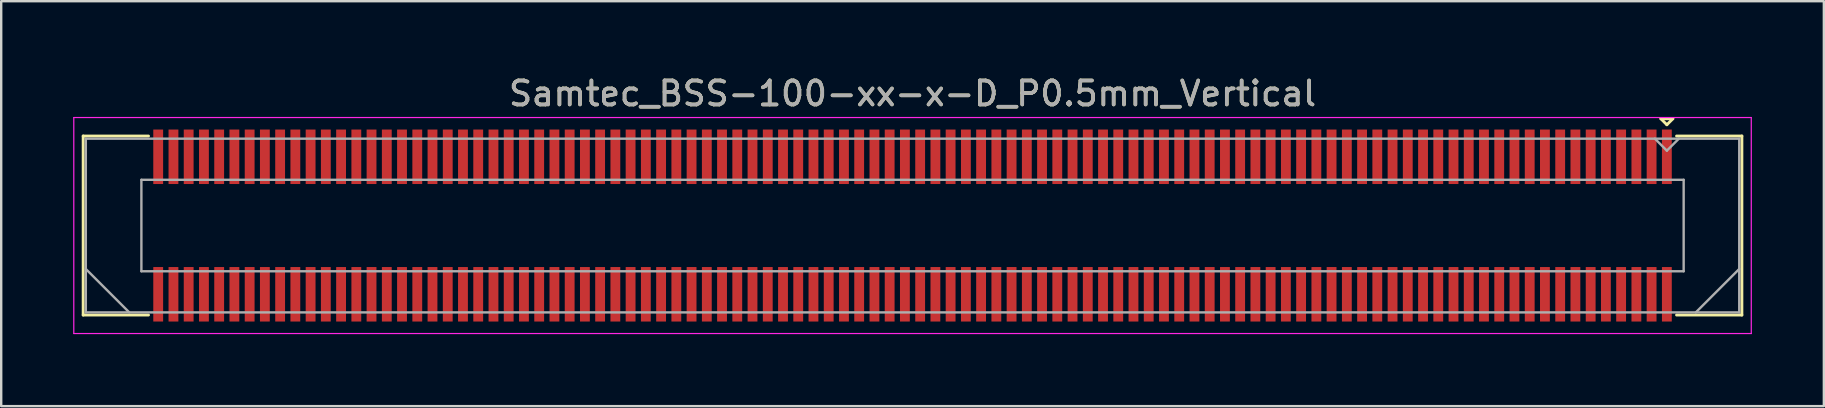
<source format=kicad_pcb>
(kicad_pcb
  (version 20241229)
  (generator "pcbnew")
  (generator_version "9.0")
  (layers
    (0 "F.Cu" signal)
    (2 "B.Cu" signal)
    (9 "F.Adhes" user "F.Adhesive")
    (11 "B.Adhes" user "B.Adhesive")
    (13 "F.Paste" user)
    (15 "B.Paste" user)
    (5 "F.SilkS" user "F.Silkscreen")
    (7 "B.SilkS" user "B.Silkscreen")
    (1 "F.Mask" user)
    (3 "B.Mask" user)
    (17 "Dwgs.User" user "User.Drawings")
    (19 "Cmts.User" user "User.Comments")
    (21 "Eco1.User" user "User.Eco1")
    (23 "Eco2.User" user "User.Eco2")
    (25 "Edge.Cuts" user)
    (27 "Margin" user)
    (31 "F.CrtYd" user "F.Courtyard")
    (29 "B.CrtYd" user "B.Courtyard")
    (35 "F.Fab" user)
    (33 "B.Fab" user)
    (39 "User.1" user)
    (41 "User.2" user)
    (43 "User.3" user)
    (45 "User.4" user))
  (footprint "Samtec_BSS-100-xx-x-D_P0.5mm_Vertical"
    (layer "F.Cu")
    (at 34.975 6.348)
    (property "Reference" "Samtec_BSS-100-xx-x-D_P0.5mm_Vertical" (at 0 -5.5 0) (layer "F.SilkS") (effects (font (size 1 1) (thickness 0.15))))
    (attr smd)
    (fp_line (start -34.559 -3.73) (end -31.837 -3.73) (stroke (width 0.12) (type solid)) (layer "F.SilkS"))
    (fp_line (start -34.559 3.73) (end -34.559 -3.73) (stroke (width 0.12) (type solid)) (layer "F.SilkS"))
    (fp_line (start -31.837 3.73) (end -34.559 3.73) (stroke (width 0.12) (type solid)) (layer "F.SilkS"))
    (fp_line (start 31.183 -4.45) (end 31.683 -4.45) (stroke (width 0.12) (type solid)) (layer "F.SilkS"))
    (fp_line (start 31.433 -4.2) (end 31.183 -4.45) (stroke (width 0.12) (type solid)) (layer "F.SilkS"))
    (fp_line (start 31.683 -4.45) (end 31.433 -4.2) (stroke (width 0.12) (type solid)) (layer "F.SilkS"))
    (fp_line (start 31.837 3.73) (end 34.559 3.73) (stroke (width 0.12) (type solid)) (layer "F.SilkS"))
    (fp_line (start 34.559 -3.73) (end 31.837 -3.73) (stroke (width 0.12) (type solid)) (layer "F.SilkS"))
    (fp_line (start 34.559 3.73) (end 34.559 -3.73) (stroke (width 0.12) (type solid)) (layer "F.SilkS"))
    (fp_line (start -34.95 -4.5) (end -34.95 4.5) (stroke (width 0.05) (type solid)) (layer "F.CrtYd"))
    (fp_line (start -34.95 4.5) (end 34.95 4.5) (stroke (width 0.05) (type solid)) (layer "F.CrtYd"))
    (fp_line (start 34.95 -4.5) (end -34.95 -4.5) (stroke (width 0.05) (type solid)) (layer "F.CrtYd"))
    (fp_line (start 34.95 4.5) (end 34.95 -4.5) (stroke (width 0.05) (type solid)) (layer "F.CrtYd"))
    (fp_line (start -34.449 -3.62) (end -34.449 3.62) (stroke (width 0.1) (type solid)) (layer "F.Fab"))
    (fp_line (start -34.449 1.81) (end -32.639 3.62) (stroke (width 0.1) (type solid)) (layer "F.Fab"))
    (fp_line (start -34.449 3.62) (end 34.449 3.62) (stroke (width 0.1) (type solid)) (layer "F.Fab"))
    (fp_line (start -32.133 -1.905) (end -32.133 1.905) (stroke (width 0.1) (type solid)) (layer "F.Fab"))
    (fp_line (start -32.133 1.905) (end 32.133 1.905) (stroke (width 0.1) (type solid)) (layer "F.Fab"))
    (fp_line (start 31.433 -3.12) (end 30.933 -3.62) (stroke (width 0.1) (type solid)) (layer "F.Fab"))
    (fp_line (start 31.933 -3.62) (end 31.433 -3.12) (stroke (width 0.1) (type solid)) (layer "F.Fab"))
    (fp_line (start 32.133 -1.905) (end -32.133 -1.905) (stroke (width 0.1) (type solid)) (layer "F.Fab"))
    (fp_line (start 32.133 1.905) (end 32.133 -1.905) (stroke (width 0.1) (type solid)) (layer "F.Fab"))
    (fp_line (start 34.449 -3.62) (end -34.449 -3.62) (stroke (width 0.1) (type solid)) (layer "F.Fab"))
    (fp_line (start 34.449 1.81) (end 32.639 3.62) (stroke (width 0.1) (type solid)) (layer "F.Fab"))
    (fp_line (start 34.449 3.62) (end 34.449 -3.62) (stroke (width 0.1) (type solid)) (layer "F.Fab"))
    (fp_text user "${REFERENCE}" (at 0 -5.5 0) (layer "F.Fab") (effects (font (size 1 1) (thickness 0.15))))
    (pad "1" smd rect (at 31.433 -2.865) (size 0.41 2.27) (layers "F.Cu" "F.Mask" "F.Paste"))
    (pad "2" smd rect (at 31.433 2.865) (size 0.41 2.27) (layers "F.Cu" "F.Mask" "F.Paste"))
    (pad "3" smd rect (at 30.797 -2.865) (size 0.41 2.27) (layers "F.Cu" "F.Mask" "F.Paste"))
    (pad "4" smd rect (at 30.797 2.865) (size 0.41 2.27) (layers "F.Cu" "F.Mask" "F.Paste"))
    (pad "5" smd rect (at 30.163 -2.865) (size 0.41 2.27) (layers "F.Cu" "F.Mask" "F.Paste"))
    (pad "6" smd rect (at 30.163 2.865) (size 0.41 2.27) (layers "F.Cu" "F.Mask" "F.Paste"))
    (pad "7" smd rect (at 29.527 -2.865) (size 0.41 2.27) (layers "F.Cu" "F.Mask" "F.Paste"))
    (pad "8" smd rect (at 29.527 2.865) (size 0.41 2.27) (layers "F.Cu" "F.Mask" "F.Paste"))
    (pad "9" smd rect (at 28.892 -2.865) (size 0.41 2.27) (layers "F.Cu" "F.Mask" "F.Paste"))
    (pad "10" smd rect (at 28.892 2.865) (size 0.41 2.27) (layers "F.Cu" "F.Mask" "F.Paste"))
    (pad "11" smd rect (at 28.258 -2.865) (size 0.41 2.27) (layers "F.Cu" "F.Mask" "F.Paste"))
    (pad "12" smd rect (at 28.258 2.865) (size 0.41 2.27) (layers "F.Cu" "F.Mask" "F.Paste"))
    (pad "13" smd rect (at 27.622 -2.865) (size 0.41 2.27) (layers "F.Cu" "F.Mask" "F.Paste"))
    (pad "14" smd rect (at 27.622 2.865) (size 0.41 2.27) (layers "F.Cu" "F.Mask" "F.Paste"))
    (pad "15" smd rect (at 26.988 -2.865) (size 0.41 2.27) (layers "F.Cu" "F.Mask" "F.Paste"))
    (pad "16" smd rect (at 26.988 2.865) (size 0.41 2.27) (layers "F.Cu" "F.Mask" "F.Paste"))
    (pad "17" smd rect (at 26.352 -2.865) (size 0.41 2.27) (layers "F.Cu" "F.Mask" "F.Paste"))
    (pad "18" smd rect (at 26.352 2.865) (size 0.41 2.27) (layers "F.Cu" "F.Mask" "F.Paste"))
    (pad "19" smd rect (at 25.718 -2.865) (size 0.41 2.27) (layers "F.Cu" "F.Mask" "F.Paste"))
    (pad "20" smd rect (at 25.718 2.865) (size 0.41 2.27) (layers "F.Cu" "F.Mask" "F.Paste"))
    (pad "21" smd rect (at 25.082 -2.865) (size 0.41 2.27) (layers "F.Cu" "F.Mask" "F.Paste"))
    (pad "22" smd rect (at 25.082 2.865) (size 0.41 2.27) (layers "F.Cu" "F.Mask" "F.Paste"))
    (pad "23" smd rect (at 24.448 -2.865) (size 0.41 2.27) (layers "F.Cu" "F.Mask" "F.Paste"))
    (pad "24" smd rect (at 24.448 2.865) (size 0.41 2.27) (layers "F.Cu" "F.Mask" "F.Paste"))
    (pad "25" smd rect (at 23.812 -2.865) (size 0.41 2.27) (layers "F.Cu" "F.Mask" "F.Paste"))
    (pad "26" smd rect (at 23.812 2.865) (size 0.41 2.27) (layers "F.Cu" "F.Mask" "F.Paste"))
    (pad "27" smd rect (at 23.177 -2.865) (size 0.41 2.27) (layers "F.Cu" "F.Mask" "F.Paste"))
    (pad "28" smd rect (at 23.177 2.865) (size 0.41 2.27) (layers "F.Cu" "F.Mask" "F.Paste"))
    (pad "29" smd rect (at 22.543 -2.865) (size 0.41 2.27) (layers "F.Cu" "F.Mask" "F.Paste"))
    (pad "30" smd rect (at 22.543 2.865) (size 0.41 2.27) (layers "F.Cu" "F.Mask" "F.Paste"))
    (pad "31" smd rect (at 21.907 -2.865) (size 0.41 2.27) (layers "F.Cu" "F.Mask" "F.Paste"))
    (pad "32" smd rect (at 21.907 2.865) (size 0.41 2.27) (layers "F.Cu" "F.Mask" "F.Paste"))
    (pad "33" smd rect (at 21.273 -2.865) (size 0.41 2.27) (layers "F.Cu" "F.Mask" "F.Paste"))
    (pad "34" smd rect (at 21.273 2.865) (size 0.41 2.27) (layers "F.Cu" "F.Mask" "F.Paste"))
    (pad "35" smd rect (at 20.637 -2.865) (size 0.41 2.27) (layers "F.Cu" "F.Mask" "F.Paste"))
    (pad "36" smd rect (at 20.637 2.865) (size 0.41 2.27) (layers "F.Cu" "F.Mask" "F.Paste"))
    (pad "37" smd rect (at 20.003 -2.865) (size 0.41 2.27) (layers "F.Cu" "F.Mask" "F.Paste"))
    (pad "38" smd rect (at 20.003 2.865) (size 0.41 2.27) (layers "F.Cu" "F.Mask" "F.Paste"))
    (pad "39" smd rect (at 19.367 -2.865) (size 0.41 2.27) (layers "F.Cu" "F.Mask" "F.Paste"))
    (pad "40" smd rect (at 19.367 2.865) (size 0.41 2.27) (layers "F.Cu" "F.Mask" "F.Paste"))
    (pad "41" smd rect (at 18.733 -2.865) (size 0.41 2.27) (layers "F.Cu" "F.Mask" "F.Paste"))
    (pad "42" smd rect (at 18.733 2.865) (size 0.41 2.27) (layers "F.Cu" "F.Mask" "F.Paste"))
    (pad "43" smd rect (at 18.098 -2.865) (size 0.41 2.27) (layers "F.Cu" "F.Mask" "F.Paste"))
    (pad "44" smd rect (at 18.098 2.865) (size 0.41 2.27) (layers "F.Cu" "F.Mask" "F.Paste"))
    (pad "45" smd rect (at 17.462 -2.865) (size 0.41 2.27) (layers "F.Cu" "F.Mask" "F.Paste"))
    (pad "46" smd rect (at 17.462 2.865) (size 0.41 2.27) (layers "F.Cu" "F.Mask" "F.Paste"))
    (pad "47" smd rect (at 16.828 -2.865) (size 0.41 2.27) (layers "F.Cu" "F.Mask" "F.Paste"))
    (pad "48" smd rect (at 16.828 2.865) (size 0.41 2.27) (layers "F.Cu" "F.Mask" "F.Paste"))
    (pad "49" smd rect (at 16.192 -2.865) (size 0.41 2.27) (layers "F.Cu" "F.Mask" "F.Paste"))
    (pad "50" smd rect (at 16.192 2.865) (size 0.41 2.27) (layers "F.Cu" "F.Mask" "F.Paste"))
    (pad "51" smd rect (at 15.557 -2.865) (size 0.41 2.27) (layers "F.Cu" "F.Mask" "F.Paste"))
    (pad "52" smd rect (at 15.557 2.865) (size 0.41 2.27) (layers "F.Cu" "F.Mask" "F.Paste"))
    (pad "53" smd rect (at 14.922 -2.865) (size 0.41 2.27) (layers "F.Cu" "F.Mask" "F.Paste"))
    (pad "54" smd rect (at 14.922 2.865) (size 0.41 2.27) (layers "F.Cu" "F.Mask" "F.Paste"))
    (pad "55" smd rect (at 14.287 -2.865) (size 0.41 2.27) (layers "F.Cu" "F.Mask" "F.Paste"))
    (pad "56" smd rect (at 14.287 2.865) (size 0.41 2.27) (layers "F.Cu" "F.Mask" "F.Paste"))
    (pad "57" smd rect (at 13.652 -2.865) (size 0.41 2.27) (layers "F.Cu" "F.Mask" "F.Paste"))
    (pad "58" smd rect (at 13.652 2.865) (size 0.41 2.27) (layers "F.Cu" "F.Mask" "F.Paste"))
    (pad "59" smd rect (at 13.018 -2.865) (size 0.41 2.27) (layers "F.Cu" "F.Mask" "F.Paste"))
    (pad "60" smd rect (at 13.018 2.865) (size 0.41 2.27) (layers "F.Cu" "F.Mask" "F.Paste"))
    (pad "61" smd rect (at 12.383 -2.865) (size 0.41 2.27) (layers "F.Cu" "F.Mask" "F.Paste"))
    (pad "62" smd rect (at 12.383 2.865) (size 0.41 2.27) (layers "F.Cu" "F.Mask" "F.Paste"))
    (pad "63" smd rect (at 11.748 -2.865) (size 0.41 2.27) (layers "F.Cu" "F.Mask" "F.Paste"))
    (pad "64" smd rect (at 11.748 2.865) (size 0.41 2.27) (layers "F.Cu" "F.Mask" "F.Paste"))
    (pad "65" smd rect (at 11.113 -2.865) (size 0.41 2.27) (layers "F.Cu" "F.Mask" "F.Paste"))
    (pad "66" smd rect (at 11.113 2.865) (size 0.41 2.27) (layers "F.Cu" "F.Mask" "F.Paste"))
    (pad "67" smd rect (at 10.477 -2.865) (size 0.41 2.27) (layers "F.Cu" "F.Mask" "F.Paste"))
    (pad "68" smd rect (at 10.477 2.865) (size 0.41 2.27) (layers "F.Cu" "F.Mask" "F.Paste"))
    (pad "69" smd rect (at 9.842 -2.865) (size 0.41 2.27) (layers "F.Cu" "F.Mask" "F.Paste"))
    (pad "70" smd rect (at 9.842 2.865) (size 0.41 2.27) (layers "F.Cu" "F.Mask" "F.Paste"))
    (pad "71" smd rect (at 9.207 -2.865) (size 0.41 2.27) (layers "F.Cu" "F.Mask" "F.Paste"))
    (pad "72" smd rect (at 9.207 2.865) (size 0.41 2.27) (layers "F.Cu" "F.Mask" "F.Paste"))
    (pad "73" smd rect (at 8.572 -2.865) (size 0.41 2.27) (layers "F.Cu" "F.Mask" "F.Paste"))
    (pad "74" smd rect (at 8.572 2.865) (size 0.41 2.27) (layers "F.Cu" "F.Mask" "F.Paste"))
    (pad "75" smd rect (at 7.938 -2.865) (size 0.41 2.27) (layers "F.Cu" "F.Mask" "F.Paste"))
    (pad "76" smd rect (at 7.938 2.865) (size 0.41 2.27) (layers "F.Cu" "F.Mask" "F.Paste"))
    (pad "77" smd rect (at 7.303 -2.865) (size 0.41 2.27) (layers "F.Cu" "F.Mask" "F.Paste"))
    (pad "78" smd rect (at 7.303 2.865) (size 0.41 2.27) (layers "F.Cu" "F.Mask" "F.Paste"))
    (pad "79" smd rect (at 6.668 -2.865) (size 0.41 2.27) (layers "F.Cu" "F.Mask" "F.Paste"))
    (pad "80" smd rect (at 6.668 2.865) (size 0.41 2.27) (layers "F.Cu" "F.Mask" "F.Paste"))
    (pad "81" smd rect (at 6.032 -2.865) (size 0.41 2.27) (layers "F.Cu" "F.Mask" "F.Paste"))
    (pad "82" smd rect (at 6.032 2.865) (size 0.41 2.27) (layers "F.Cu" "F.Mask" "F.Paste"))
    (pad "83" smd rect (at 5.397 -2.865) (size 0.41 2.27) (layers "F.Cu" "F.Mask" "F.Paste"))
    (pad "84" smd rect (at 5.397 2.865) (size 0.41 2.27) (layers "F.Cu" "F.Mask" "F.Paste"))
    (pad "85" smd rect (at 4.763 -2.865) (size 0.41 2.27) (layers "F.Cu" "F.Mask" "F.Paste"))
    (pad "86" smd rect (at 4.763 2.865) (size 0.41 2.27) (layers "F.Cu" "F.Mask" "F.Paste"))
    (pad "87" smd rect (at 4.128 -2.865) (size 0.41 2.27) (layers "F.Cu" "F.Mask" "F.Paste"))
    (pad "88" smd rect (at 4.128 2.865) (size 0.41 2.27) (layers "F.Cu" "F.Mask" "F.Paste"))
    (pad "89" smd rect (at 3.493 -2.865) (size 0.41 2.27) (layers "F.Cu" "F.Mask" "F.Paste"))
    (pad "90" smd rect (at 3.493 2.865) (size 0.41 2.27) (layers "F.Cu" "F.Mask" "F.Paste"))
    (pad "91" smd rect (at 2.857 -2.865) (size 0.41 2.27) (layers "F.Cu" "F.Mask" "F.Paste"))
    (pad "92" smd rect (at 2.857 2.865) (size 0.41 2.27) (layers "F.Cu" "F.Mask" "F.Paste"))
    (pad "93" smd rect (at 2.223 -2.865) (size 0.41 2.27) (layers "F.Cu" "F.Mask" "F.Paste"))
    (pad "94" smd rect (at 2.223 2.865) (size 0.41 2.27) (layers "F.Cu" "F.Mask" "F.Paste"))
    (pad "95" smd rect (at 1.587 -2.865) (size 0.41 2.27) (layers "F.Cu" "F.Mask" "F.Paste"))
    (pad "96" smd rect (at 1.587 2.865) (size 0.41 2.27) (layers "F.Cu" "F.Mask" "F.Paste"))
    (pad "97" smd rect (at 0.953 -2.865) (size 0.41 2.27) (layers "F.Cu" "F.Mask" "F.Paste"))
    (pad "98" smd rect (at 0.953 2.865) (size 0.41 2.27) (layers "F.Cu" "F.Mask" "F.Paste"))
    (pad "99" smd rect (at 0.318 -2.865) (size 0.41 2.27) (layers "F.Cu" "F.Mask" "F.Paste"))
    (pad "100" smd rect (at 0.318 2.865) (size 0.41 2.27) (layers "F.Cu" "F.Mask" "F.Paste"))
    (pad "101" smd rect (at -0.318 -2.865) (size 0.41 2.27) (layers "F.Cu" "F.Mask" "F.Paste"))
    (pad "102" smd rect (at -0.318 2.865) (size 0.41 2.27) (layers "F.Cu" "F.Mask" "F.Paste"))
    (pad "103" smd rect (at -0.953 -2.865) (size 0.41 2.27) (layers "F.Cu" "F.Mask" "F.Paste"))
    (pad "104" smd rect (at -0.953 2.865) (size 0.41 2.27) (layers "F.Cu" "F.Mask" "F.Paste"))
    (pad "105" smd rect (at -1.587 -2.865) (size 0.41 2.27) (layers "F.Cu" "F.Mask" "F.Paste"))
    (pad "106" smd rect (at -1.587 2.865) (size 0.41 2.27) (layers "F.Cu" "F.Mask" "F.Paste"))
    (pad "107" smd rect (at -2.223 -2.865) (size 0.41 2.27) (layers "F.Cu" "F.Mask" "F.Paste"))
    (pad "108" smd rect (at -2.223 2.865) (size 0.41 2.27) (layers "F.Cu" "F.Mask" "F.Paste"))
    (pad "109" smd rect (at -2.857 -2.865) (size 0.41 2.27) (layers "F.Cu" "F.Mask" "F.Paste"))
    (pad "110" smd rect (at -2.857 2.865) (size 0.41 2.27) (layers "F.Cu" "F.Mask" "F.Paste"))
    (pad "111" smd rect (at -3.493 -2.865) (size 0.41 2.27) (layers "F.Cu" "F.Mask" "F.Paste"))
    (pad "112" smd rect (at -3.493 2.865) (size 0.41 2.27) (layers "F.Cu" "F.Mask" "F.Paste"))
    (pad "113" smd rect (at -4.128 -2.865) (size 0.41 2.27) (layers "F.Cu" "F.Mask" "F.Paste"))
    (pad "114" smd rect (at -4.128 2.865) (size 0.41 2.27) (layers "F.Cu" "F.Mask" "F.Paste"))
    (pad "115" smd rect (at -4.763 -2.865) (size 0.41 2.27) (layers "F.Cu" "F.Mask" "F.Paste"))
    (pad "116" smd rect (at -4.763 2.865) (size 0.41 2.27) (layers "F.Cu" "F.Mask" "F.Paste"))
    (pad "117" smd rect (at -5.397 -2.865) (size 0.41 2.27) (layers "F.Cu" "F.Mask" "F.Paste"))
    (pad "118" smd rect (at -5.397 2.865) (size 0.41 2.27) (layers "F.Cu" "F.Mask" "F.Paste"))
    (pad "119" smd rect (at -6.032 -2.865) (size 0.41 2.27) (layers "F.Cu" "F.Mask" "F.Paste"))
    (pad "120" smd rect (at -6.032 2.865) (size 0.41 2.27) (layers "F.Cu" "F.Mask" "F.Paste"))
    (pad "121" smd rect (at -6.668 -2.865) (size 0.41 2.27) (layers "F.Cu" "F.Mask" "F.Paste"))
    (pad "122" smd rect (at -6.668 2.865) (size 0.41 2.27) (layers "F.Cu" "F.Mask" "F.Paste"))
    (pad "123" smd rect (at -7.303 -2.865) (size 0.41 2.27) (layers "F.Cu" "F.Mask" "F.Paste"))
    (pad "124" smd rect (at -7.303 2.865) (size 0.41 2.27) (layers "F.Cu" "F.Mask" "F.Paste"))
    (pad "125" smd rect (at -7.938 -2.865) (size 0.41 2.27) (layers "F.Cu" "F.Mask" "F.Paste"))
    (pad "126" smd rect (at -7.938 2.865) (size 0.41 2.27) (layers "F.Cu" "F.Mask" "F.Paste"))
    (pad "127" smd rect (at -8.572 -2.865) (size 0.41 2.27) (layers "F.Cu" "F.Mask" "F.Paste"))
    (pad "128" smd rect (at -8.572 2.865) (size 0.41 2.27) (layers "F.Cu" "F.Mask" "F.Paste"))
    (pad "129" smd rect (at -9.207 -2.865) (size 0.41 2.27) (layers "F.Cu" "F.Mask" "F.Paste"))
    (pad "130" smd rect (at -9.207 2.865) (size 0.41 2.27) (layers "F.Cu" "F.Mask" "F.Paste"))
    (pad "131" smd rect (at -9.842 -2.865) (size 0.41 2.27) (layers "F.Cu" "F.Mask" "F.Paste"))
    (pad "132" smd rect (at -9.842 2.865) (size 0.41 2.27) (layers "F.Cu" "F.Mask" "F.Paste"))
    (pad "133" smd rect (at -10.477 -2.865) (size 0.41 2.27) (layers "F.Cu" "F.Mask" "F.Paste"))
    (pad "134" smd rect (at -10.477 2.865) (size 0.41 2.27) (layers "F.Cu" "F.Mask" "F.Paste"))
    (pad "135" smd rect (at -11.113 -2.865) (size 0.41 2.27) (layers "F.Cu" "F.Mask" "F.Paste"))
    (pad "136" smd rect (at -11.113 2.865) (size 0.41 2.27) (layers "F.Cu" "F.Mask" "F.Paste"))
    (pad "137" smd rect (at -11.748 -2.865) (size 0.41 2.27) (layers "F.Cu" "F.Mask" "F.Paste"))
    (pad "138" smd rect (at -11.748 2.865) (size 0.41 2.27) (layers "F.Cu" "F.Mask" "F.Paste"))
    (pad "139" smd rect (at -12.383 -2.865) (size 0.41 2.27) (layers "F.Cu" "F.Mask" "F.Paste"))
    (pad "140" smd rect (at -12.383 2.865) (size 0.41 2.27) (layers "F.Cu" "F.Mask" "F.Paste"))
    (pad "141" smd rect (at -13.018 -2.865) (size 0.41 2.27) (layers "F.Cu" "F.Mask" "F.Paste"))
    (pad "142" smd rect (at -13.018 2.865) (size 0.41 2.27) (layers "F.Cu" "F.Mask" "F.Paste"))
    (pad "143" smd rect (at -13.652 -2.865) (size 0.41 2.27) (layers "F.Cu" "F.Mask" "F.Paste"))
    (pad "144" smd rect (at -13.652 2.865) (size 0.41 2.27) (layers "F.Cu" "F.Mask" "F.Paste"))
    (pad "145" smd rect (at -14.287 -2.865) (size 0.41 2.27) (layers "F.Cu" "F.Mask" "F.Paste"))
    (pad "146" smd rect (at -14.287 2.865) (size 0.41 2.27) (layers "F.Cu" "F.Mask" "F.Paste"))
    (pad "147" smd rect (at -14.922 -2.865) (size 0.41 2.27) (layers "F.Cu" "F.Mask" "F.Paste"))
    (pad "148" smd rect (at -14.922 2.865) (size 0.41 2.27) (layers "F.Cu" "F.Mask" "F.Paste"))
    (pad "149" smd rect (at -15.557 -2.865) (size 0.41 2.27) (layers "F.Cu" "F.Mask" "F.Paste"))
    (pad "150" smd rect (at -15.557 2.865) (size 0.41 2.27) (layers "F.Cu" "F.Mask" "F.Paste"))
    (pad "151" smd rect (at -16.192 -2.865) (size 0.41 2.27) (layers "F.Cu" "F.Mask" "F.Paste"))
    (pad "152" smd rect (at -16.192 2.865) (size 0.41 2.27) (layers "F.Cu" "F.Mask" "F.Paste"))
    (pad "153" smd rect (at -16.828 -2.865) (size 0.41 2.27) (layers "F.Cu" "F.Mask" "F.Paste"))
    (pad "154" smd rect (at -16.828 2.865) (size 0.41 2.27) (layers "F.Cu" "F.Mask" "F.Paste"))
    (pad "155" smd rect (at -17.462 -2.865) (size 0.41 2.27) (layers "F.Cu" "F.Mask" "F.Paste"))
    (pad "156" smd rect (at -17.462 2.865) (size 0.41 2.27) (layers "F.Cu" "F.Mask" "F.Paste"))
    (pad "157" smd rect (at -18.098 -2.865) (size 0.41 2.27) (layers "F.Cu" "F.Mask" "F.Paste"))
    (pad "158" smd rect (at -18.098 2.865) (size 0.41 2.27) (layers "F.Cu" "F.Mask" "F.Paste"))
    (pad "159" smd rect (at -18.733 -2.865) (size 0.41 2.27) (layers "F.Cu" "F.Mask" "F.Paste"))
    (pad "160" smd rect (at -18.733 2.865) (size 0.41 2.27) (layers "F.Cu" "F.Mask" "F.Paste"))
    (pad "161" smd rect (at -19.367 -2.865) (size 0.41 2.27) (layers "F.Cu" "F.Mask" "F.Paste"))
    (pad "162" smd rect (at -19.367 2.865) (size 0.41 2.27) (layers "F.Cu" "F.Mask" "F.Paste"))
    (pad "163" smd rect (at -20.003 -2.865) (size 0.41 2.27) (layers "F.Cu" "F.Mask" "F.Paste"))
    (pad "164" smd rect (at -20.003 2.865) (size 0.41 2.27) (layers "F.Cu" "F.Mask" "F.Paste"))
    (pad "165" smd rect (at -20.637 -2.865) (size 0.41 2.27) (layers "F.Cu" "F.Mask" "F.Paste"))
    (pad "166" smd rect (at -20.637 2.865) (size 0.41 2.27) (layers "F.Cu" "F.Mask" "F.Paste"))
    (pad "167" smd rect (at -21.273 -2.865) (size 0.41 2.27) (layers "F.Cu" "F.Mask" "F.Paste"))
    (pad "168" smd rect (at -21.273 2.865) (size 0.41 2.27) (layers "F.Cu" "F.Mask" "F.Paste"))
    (pad "169" smd rect (at -21.907 -2.865) (size 0.41 2.27) (layers "F.Cu" "F.Mask" "F.Paste"))
    (pad "170" smd rect (at -21.907 2.865) (size 0.41 2.27) (layers "F.Cu" "F.Mask" "F.Paste"))
    (pad "171" smd rect (at -22.543 -2.865) (size 0.41 2.27) (layers "F.Cu" "F.Mask" "F.Paste"))
    (pad "172" smd rect (at -22.543 2.865) (size 0.41 2.27) (layers "F.Cu" "F.Mask" "F.Paste"))
    (pad "173" smd rect (at -23.177 -2.865) (size 0.41 2.27) (layers "F.Cu" "F.Mask" "F.Paste"))
    (pad "174" smd rect (at -23.177 2.865) (size 0.41 2.27) (layers "F.Cu" "F.Mask" "F.Paste"))
    (pad "175" smd rect (at -23.812 -2.865) (size 0.41 2.27) (layers "F.Cu" "F.Mask" "F.Paste"))
    (pad "176" smd rect (at -23.812 2.865) (size 0.41 2.27) (layers "F.Cu" "F.Mask" "F.Paste"))
    (pad "177" smd rect (at -24.448 -2.865) (size 0.41 2.27) (layers "F.Cu" "F.Mask" "F.Paste"))
    (pad "178" smd rect (at -24.448 2.865) (size 0.41 2.27) (layers "F.Cu" "F.Mask" "F.Paste"))
    (pad "179" smd rect (at -25.082 -2.865) (size 0.41 2.27) (layers "F.Cu" "F.Mask" "F.Paste"))
    (pad "180" smd rect (at -25.082 2.865) (size 0.41 2.27) (layers "F.Cu" "F.Mask" "F.Paste"))
    (pad "181" smd rect (at -25.718 -2.865) (size 0.41 2.27) (layers "F.Cu" "F.Mask" "F.Paste"))
    (pad "182" smd rect (at -25.718 2.865) (size 0.41 2.27) (layers "F.Cu" "F.Mask" "F.Paste"))
    (pad "183" smd rect (at -26.352 -2.865) (size 0.41 2.27) (layers "F.Cu" "F.Mask" "F.Paste"))
    (pad "184" smd rect (at -26.352 2.865) (size 0.41 2.27) (layers "F.Cu" "F.Mask" "F.Paste"))
    (pad "185" smd rect (at -26.988 -2.865) (size 0.41 2.27) (layers "F.Cu" "F.Mask" "F.Paste"))
    (pad "186" smd rect (at -26.988 2.865) (size 0.41 2.27) (layers "F.Cu" "F.Mask" "F.Paste"))
    (pad "187" smd rect (at -27.622 -2.865) (size 0.41 2.27) (layers "F.Cu" "F.Mask" "F.Paste"))
    (pad "188" smd rect (at -27.622 2.865) (size 0.41 2.27) (layers "F.Cu" "F.Mask" "F.Paste"))
    (pad "189" smd rect (at -28.258 -2.865) (size 0.41 2.27) (layers "F.Cu" "F.Mask" "F.Paste"))
    (pad "190" smd rect (at -28.258 2.865) (size 0.41 2.27) (layers "F.Cu" "F.Mask" "F.Paste"))
    (pad "191" smd rect (at -28.892 -2.865) (size 0.41 2.27) (layers "F.Cu" "F.Mask" "F.Paste"))
    (pad "192" smd rect (at -28.892 2.865) (size 0.41 2.27) (layers "F.Cu" "F.Mask" "F.Paste"))
    (pad "193" smd rect (at -29.527 -2.865) (size 0.41 2.27) (layers "F.Cu" "F.Mask" "F.Paste"))
    (pad "194" smd rect (at -29.527 2.865) (size 0.41 2.27) (layers "F.Cu" "F.Mask" "F.Paste"))
    (pad "195" smd rect (at -30.163 -2.865) (size 0.41 2.27) (layers "F.Cu" "F.Mask" "F.Paste"))
    (pad "196" smd rect (at -30.163 2.865) (size 0.41 2.27) (layers "F.Cu" "F.Mask" "F.Paste"))
    (pad "197" smd rect (at -30.797 -2.865) (size 0.41 2.27) (layers "F.Cu" "F.Mask" "F.Paste"))
    (pad "198" smd rect (at -30.797 2.865) (size 0.41 2.27) (layers "F.Cu" "F.Mask" "F.Paste"))
    (pad "199" smd rect (at -31.433 -2.865) (size 0.41 2.27) (layers "F.Cu" "F.Mask" "F.Paste"))
    (pad "200" smd rect (at -31.433 2.865) (size 0.41 2.27) (layers "F.Cu" "F.Mask" "F.Paste")))
  (gr_rect
    (start -3 -3)
    (end 72.95 13.873)
    (stroke (width 0.1) (type default))
    (fill no)
    (layer "Edge.Cuts")))
</source>
